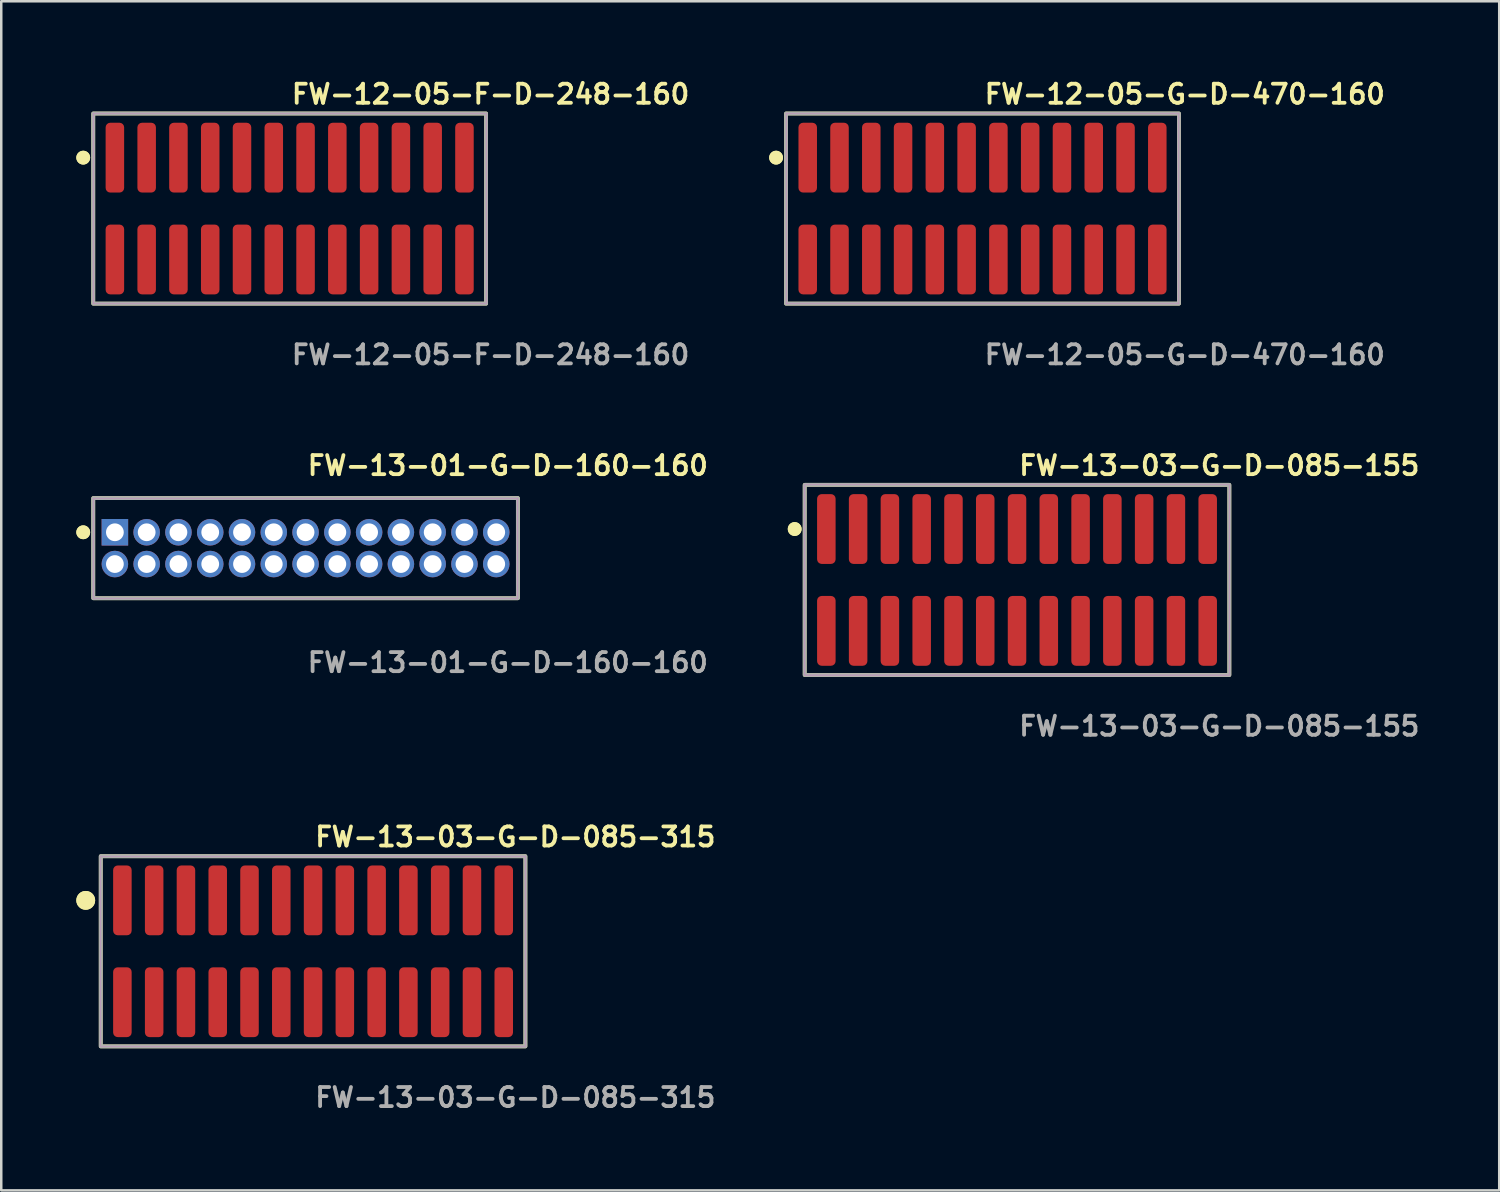
<source format=kicad_pcb>
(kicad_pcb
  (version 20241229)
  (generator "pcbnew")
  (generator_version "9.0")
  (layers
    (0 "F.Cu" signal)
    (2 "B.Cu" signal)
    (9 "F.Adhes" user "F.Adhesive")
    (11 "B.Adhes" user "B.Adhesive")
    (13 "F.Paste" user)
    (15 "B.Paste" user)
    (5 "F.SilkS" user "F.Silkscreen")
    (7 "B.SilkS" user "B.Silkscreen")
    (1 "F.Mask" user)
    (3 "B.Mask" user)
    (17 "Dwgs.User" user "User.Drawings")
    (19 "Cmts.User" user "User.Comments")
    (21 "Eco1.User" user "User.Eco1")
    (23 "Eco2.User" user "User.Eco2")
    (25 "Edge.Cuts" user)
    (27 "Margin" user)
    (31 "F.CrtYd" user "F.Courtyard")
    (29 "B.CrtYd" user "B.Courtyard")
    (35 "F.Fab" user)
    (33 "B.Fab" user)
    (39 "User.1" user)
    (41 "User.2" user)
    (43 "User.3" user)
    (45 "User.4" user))
  (footprint "FW-13-03-G-D-085-315"
    (layer "F.Cu")
    (at 9.461 34.966)
    (property "Reference" "FW-13-03-G-D-085-315" (at 0 -4.572 0) (unlocked yes) (layer "F.SilkS") (effects (font (size 0.762 0.762) (thickness 0.152)) (justify left)))
    (fp_rect (start -8.485 3.8) (end 8.485 -3.8) (stroke (width 0.152) (type solid)) (fill no) (layer "F.SilkS"))
    (fp_circle (center -9.085 -2.035) (end -9.385 -2.035) (stroke (width 0.152) (type solid)) (fill yes) (layer "F.SilkS"))
    (fp_circle (center -9.085 -2.035) (end -9.385 -2.035) (stroke (width 0.152) (type solid)) (fill yes) (layer "F.SilkS"))
    (fp_rect (start -8.485 3.8) (end 8.485 -3.8) (stroke (width 0.006) (type solid)) (fill no) (layer "F.CrtYd"))
    (fp_rect (start -8.485 3.8) (end 8.485 -3.8) (stroke (width 0.152) (type solid)) (fill no) (layer "F.Fab"))
    (fp_text user "${REFERENCE}" (at 0 5.842 0) (unlocked yes) (layer "F.Fab") (effects (font (size 0.762 0.762) (thickness 0.152)) (justify left)))
    (pad "1" smd roundrect (at -7.62 -2.035) (size 0.74 2.79) (layers "F.Cu" "F.Paste") (roundrect_rratio 0.25))
    (pad "2" smd roundrect (at -7.62 2.035) (size 0.74 2.79) (layers "F.Cu" "F.Paste") (roundrect_rratio 0.25))
    (pad "3" smd roundrect (at -6.35 -2.035) (size 0.74 2.79) (layers "F.Cu" "F.Paste") (roundrect_rratio 0.25))
    (pad "4" smd roundrect (at -6.35 2.035) (size 0.74 2.79) (layers "F.Cu" "F.Paste") (roundrect_rratio 0.25))
    (pad "5" smd roundrect (at -5.08 -2.035) (size 0.74 2.79) (layers "F.Cu" "F.Paste") (roundrect_rratio 0.25))
    (pad "6" smd roundrect (at -5.08 2.035) (size 0.74 2.79) (layers "F.Cu" "F.Paste") (roundrect_rratio 0.25))
    (pad "7" smd roundrect (at -3.81 -2.035) (size 0.74 2.79) (layers "F.Cu" "F.Paste") (roundrect_rratio 0.25))
    (pad "8" smd roundrect (at -3.81 2.035) (size 0.74 2.79) (layers "F.Cu" "F.Paste") (roundrect_rratio 0.25))
    (pad "9" smd roundrect (at -2.54 -2.035) (size 0.74 2.79) (layers "F.Cu" "F.Paste") (roundrect_rratio 0.25))
    (pad "10" smd roundrect (at -2.54 2.035) (size 0.74 2.79) (layers "F.Cu" "F.Paste") (roundrect_rratio 0.25))
    (pad "11" smd roundrect (at -1.27 -2.035) (size 0.74 2.79) (layers "F.Cu" "F.Paste") (roundrect_rratio 0.25))
    (pad "12" smd roundrect (at -1.27 2.035) (size 0.74 2.79) (layers "F.Cu" "F.Paste") (roundrect_rratio 0.25))
    (pad "13" smd roundrect (at 0 -2.035) (size 0.74 2.79) (layers "F.Cu" "F.Paste") (roundrect_rratio 0.25))
    (pad "14" smd roundrect (at 0 2.035) (size 0.74 2.79) (layers "F.Cu" "F.Paste") (roundrect_rratio 0.25))
    (pad "15" smd roundrect (at 1.27 -2.035) (size 0.74 2.79) (layers "F.Cu" "F.Paste") (roundrect_rratio 0.25))
    (pad "16" smd roundrect (at 1.27 2.035) (size 0.74 2.79) (layers "F.Cu" "F.Paste") (roundrect_rratio 0.25))
    (pad "17" smd roundrect (at 2.54 -2.035) (size 0.74 2.79) (layers "F.Cu" "F.Paste") (roundrect_rratio 0.25))
    (pad "18" smd roundrect (at 2.54 2.035) (size 0.74 2.79) (layers "F.Cu" "F.Paste") (roundrect_rratio 0.25))
    (pad "19" smd roundrect (at 3.81 -2.035) (size 0.74 2.79) (layers "F.Cu" "F.Paste") (roundrect_rratio 0.25))
    (pad "20" smd roundrect (at 3.81 2.035) (size 0.74 2.79) (layers "F.Cu" "F.Paste") (roundrect_rratio 0.25))
    (pad "21" smd roundrect (at 5.08 -2.035) (size 0.74 2.79) (layers "F.Cu" "F.Paste") (roundrect_rratio 0.25))
    (pad "22" smd roundrect (at 5.08 2.035) (size 0.74 2.79) (layers "F.Cu" "F.Paste") (roundrect_rratio 0.25))
    (pad "23" smd roundrect (at 6.35 -2.035) (size 0.74 2.79) (layers "F.Cu" "F.Paste") (roundrect_rratio 0.25))
    (pad "24" smd roundrect (at 6.35 2.035) (size 0.74 2.79) (layers "F.Cu" "F.Paste") (roundrect_rratio 0.25))
    (pad "25" smd roundrect (at 7.62 -2.035) (size 0.74 2.79) (layers "F.Cu" "F.Paste") (roundrect_rratio 0.25))
    (pad "26" smd roundrect (at 7.62 2.035) (size 0.74 2.79) (layers "F.Cu" "F.Paste") (roundrect_rratio 0.25)))
  (footprint "FW-13-03-G-D-085-155"
    (layer "F.Cu")
    (at 37.593 20.126)
    (property "Reference" "FW-13-03-G-D-085-155" (at 0 -4.572 0) (unlocked yes) (layer "F.SilkS") (effects (font (size 0.762 0.762) (thickness 0.152)) (justify left)))
    (fp_rect (start -8.485 3.8) (end 8.485 -3.8) (stroke (width 0.152) (type solid)) (fill no) (layer "F.SilkS"))
    (fp_circle (center -8.885 -2.035) (end -9.085 -2.035) (stroke (width 0.152) (type solid)) (fill yes) (layer "F.SilkS"))
    (fp_circle (center -8.885 -2.035) (end -9.085 -2.035) (stroke (width 0.152) (type solid)) (fill yes) (layer "F.SilkS"))
    (fp_rect (start -8.485 3.8) (end 8.485 -3.8) (stroke (width 0.006) (type solid)) (fill no) (layer "F.CrtYd"))
    (fp_rect (start -8.485 3.8) (end 8.485 -3.8) (stroke (width 0.152) (type solid)) (fill no) (layer "F.Fab"))
    (fp_text user "${REFERENCE}" (at 0 5.842 0) (unlocked yes) (layer "F.Fab") (effects (font (size 0.762 0.762) (thickness 0.152)) (justify left)))
    (pad "1" smd roundrect (at -7.62 -2.035) (size 0.74 2.79) (layers "F.Cu" "F.Paste") (roundrect_rratio 0.25))
    (pad "2" smd roundrect (at -7.62 2.035) (size 0.74 2.79) (layers "F.Cu" "F.Paste") (roundrect_rratio 0.25))
    (pad "3" smd roundrect (at -6.35 -2.035) (size 0.74 2.79) (layers "F.Cu" "F.Paste") (roundrect_rratio 0.25))
    (pad "4" smd roundrect (at -6.35 2.035) (size 0.74 2.79) (layers "F.Cu" "F.Paste") (roundrect_rratio 0.25))
    (pad "5" smd roundrect (at -5.08 -2.035) (size 0.74 2.79) (layers "F.Cu" "F.Paste") (roundrect_rratio 0.25))
    (pad "6" smd roundrect (at -5.08 2.035) (size 0.74 2.79) (layers "F.Cu" "F.Paste") (roundrect_rratio 0.25))
    (pad "7" smd roundrect (at -3.81 -2.035) (size 0.74 2.79) (layers "F.Cu" "F.Paste") (roundrect_rratio 0.25))
    (pad "8" smd roundrect (at -3.81 2.035) (size 0.74 2.79) (layers "F.Cu" "F.Paste") (roundrect_rratio 0.25))
    (pad "9" smd roundrect (at -2.54 -2.035) (size 0.74 2.79) (layers "F.Cu" "F.Paste") (roundrect_rratio 0.25))
    (pad "10" smd roundrect (at -2.54 2.035) (size 0.74 2.79) (layers "F.Cu" "F.Paste") (roundrect_rratio 0.25))
    (pad "11" smd roundrect (at -1.27 -2.035) (size 0.74 2.79) (layers "F.Cu" "F.Paste") (roundrect_rratio 0.25))
    (pad "12" smd roundrect (at -1.27 2.035) (size 0.74 2.79) (layers "F.Cu" "F.Paste") (roundrect_rratio 0.25))
    (pad "13" smd roundrect (at 0 -2.035) (size 0.74 2.79) (layers "F.Cu" "F.Paste") (roundrect_rratio 0.25))
    (pad "14" smd roundrect (at 0 2.035) (size 0.74 2.79) (layers "F.Cu" "F.Paste") (roundrect_rratio 0.25))
    (pad "15" smd roundrect (at 1.27 -2.035) (size 0.74 2.79) (layers "F.Cu" "F.Paste") (roundrect_rratio 0.25))
    (pad "16" smd roundrect (at 1.27 2.035) (size 0.74 2.79) (layers "F.Cu" "F.Paste") (roundrect_rratio 0.25))
    (pad "17" smd roundrect (at 2.54 -2.035) (size 0.74 2.79) (layers "F.Cu" "F.Paste") (roundrect_rratio 0.25))
    (pad "18" smd roundrect (at 2.54 2.035) (size 0.74 2.79) (layers "F.Cu" "F.Paste") (roundrect_rratio 0.25))
    (pad "19" smd roundrect (at 3.81 -2.035) (size 0.74 2.79) (layers "F.Cu" "F.Paste") (roundrect_rratio 0.25))
    (pad "20" smd roundrect (at 3.81 2.035) (size 0.74 2.79) (layers "F.Cu" "F.Paste") (roundrect_rratio 0.25))
    (pad "21" smd roundrect (at 5.08 -2.035) (size 0.74 2.79) (layers "F.Cu" "F.Paste") (roundrect_rratio 0.25))
    (pad "22" smd roundrect (at 5.08 2.035) (size 0.74 2.79) (layers "F.Cu" "F.Paste") (roundrect_rratio 0.25))
    (pad "23" smd roundrect (at 6.35 -2.035) (size 0.74 2.79) (layers "F.Cu" "F.Paste") (roundrect_rratio 0.25))
    (pad "24" smd roundrect (at 6.35 2.035) (size 0.74 2.79) (layers "F.Cu" "F.Paste") (roundrect_rratio 0.25))
    (pad "25" smd roundrect (at 7.62 -2.035) (size 0.74 2.79) (layers "F.Cu" "F.Paste") (roundrect_rratio 0.25))
    (pad "26" smd roundrect (at 7.62 2.035) (size 0.74 2.79) (layers "F.Cu" "F.Paste") (roundrect_rratio 0.25)))
  (footprint "FW-13-01-G-D-160-160"
    (layer "F.Cu")
    (at 9.161 18.856)
    (property "Reference" "FW-13-01-G-D-160-160" (at 0 -3.302 0) (unlocked yes) (layer "F.SilkS") (effects (font (size 0.762 0.762) (thickness 0.152)) (justify left)))
    (fp_rect (start -8.485 2) (end 8.485 -2) (stroke (width 0.152) (type solid)) (fill no) (layer "F.SilkS"))
    (fp_circle (center -8.885 -0.635) (end -9.085 -0.635) (stroke (width 0.152) (type solid)) (fill yes) (layer "F.SilkS"))
    (fp_circle (center -8.885 -0.635) (end -9.085 -0.635) (stroke (width 0.152) (type solid)) (fill yes) (layer "F.SilkS"))
    (fp_rect (start -8.485 2) (end 8.485 -2) (stroke (width 0.006) (type solid)) (fill no) (layer "F.CrtYd"))
    (fp_rect (start -8.485 2) (end 8.485 -2) (stroke (width 0.152) (type solid)) (fill no) (layer "F.Fab"))
    (fp_text user "${REFERENCE}" (at 0 4.572 0) (unlocked yes) (layer "F.Fab") (effects (font (size 0.762 0.762) (thickness 0.152)) (justify left)))
    (pad "1" thru_hole rect (at -7.62 -0.635) (size 1.06 1.06) (drill 0.71) (layers "*.Cu" "*.Mask"))
    (pad "2" thru_hole circle (at -7.62 0.635) (size 1.06 1.06) (drill 0.71) (layers "*.Cu" "*.Mask"))
    (pad "3" thru_hole circle (at -6.35 -0.635) (size 1.06 1.06) (drill 0.71) (layers "*.Cu" "*.Mask"))
    (pad "4" thru_hole circle (at -6.35 0.635) (size 1.06 1.06) (drill 0.71) (layers "*.Cu" "*.Mask"))
    (pad "5" thru_hole circle (at -5.08 -0.635) (size 1.06 1.06) (drill 0.71) (layers "*.Cu" "*.Mask"))
    (pad "6" thru_hole circle (at -5.08 0.635) (size 1.06 1.06) (drill 0.71) (layers "*.Cu" "*.Mask"))
    (pad "7" thru_hole circle (at -3.81 -0.635) (size 1.06 1.06) (drill 0.71) (layers "*.Cu" "*.Mask"))
    (pad "8" thru_hole circle (at -3.81 0.635) (size 1.06 1.06) (drill 0.71) (layers "*.Cu" "*.Mask"))
    (pad "9" thru_hole circle (at -2.54 -0.635) (size 1.06 1.06) (drill 0.71) (layers "*.Cu" "*.Mask"))
    (pad "10" thru_hole circle (at -2.54 0.635) (size 1.06 1.06) (drill 0.71) (layers "*.Cu" "*.Mask"))
    (pad "11" thru_hole circle (at -1.27 -0.635) (size 1.06 1.06) (drill 0.71) (layers "*.Cu" "*.Mask"))
    (pad "12" thru_hole circle (at -1.27 0.635) (size 1.06 1.06) (drill 0.71) (layers "*.Cu" "*.Mask"))
    (pad "13" thru_hole circle (at 0 -0.635) (size 1.06 1.06) (drill 0.71) (layers "*.Cu" "*.Mask"))
    (pad "14" thru_hole circle (at 0 0.635) (size 1.06 1.06) (drill 0.71) (layers "*.Cu" "*.Mask"))
    (pad "15" thru_hole circle (at 1.27 -0.635) (size 1.06 1.06) (drill 0.71) (layers "*.Cu" "*.Mask"))
    (pad "16" thru_hole circle (at 1.27 0.635) (size 1.06 1.06) (drill 0.71) (layers "*.Cu" "*.Mask"))
    (pad "17" thru_hole circle (at 2.54 -0.635) (size 1.06 1.06) (drill 0.71) (layers "*.Cu" "*.Mask"))
    (pad "18" thru_hole circle (at 2.54 0.635) (size 1.06 1.06) (drill 0.71) (layers "*.Cu" "*.Mask"))
    (pad "19" thru_hole circle (at 3.81 -0.635) (size 1.06 1.06) (drill 0.71) (layers "*.Cu" "*.Mask"))
    (pad "20" thru_hole circle (at 3.81 0.635) (size 1.06 1.06) (drill 0.71) (layers "*.Cu" "*.Mask"))
    (pad "21" thru_hole circle (at 5.08 -0.635) (size 1.06 1.06) (drill 0.71) (layers "*.Cu" "*.Mask"))
    (pad "22" thru_hole circle (at 5.08 0.635) (size 1.06 1.06) (drill 0.71) (layers "*.Cu" "*.Mask"))
    (pad "23" thru_hole circle (at 6.35 -0.635) (size 1.06 1.06) (drill 0.71) (layers "*.Cu" "*.Mask"))
    (pad "24" thru_hole circle (at 6.35 0.635) (size 1.06 1.06) (drill 0.71) (layers "*.Cu" "*.Mask"))
    (pad "25" thru_hole circle (at 7.62 -0.635) (size 1.06 1.06) (drill 0.71) (layers "*.Cu" "*.Mask"))
    (pad "26" thru_hole circle (at 7.62 0.635) (size 1.06 1.06) (drill 0.71) (layers "*.Cu" "*.Mask")))
  (footprint "FW-12-05-F-D-248-160"
    (layer "F.Cu")
    (at 8.526 5.285)
    (property "Reference" "FW-12-05-F-D-248-160" (at 0 -4.572 0) (unlocked yes) (layer "F.SilkS") (effects (font (size 0.762 0.762) (thickness 0.152)) (justify left)))
    (fp_rect (start -7.85 3.8) (end 7.85 -3.8) (stroke (width 0.152) (type solid)) (fill no) (layer "F.SilkS"))
    (fp_circle (center -8.25 -2.035) (end -8.45 -2.035) (stroke (width 0.152) (type solid)) (fill yes) (layer "F.SilkS"))
    (fp_circle (center -8.25 -2.035) (end -8.45 -2.035) (stroke (width 0.152) (type solid)) (fill yes) (layer "F.SilkS"))
    (fp_rect (start -7.85 3.8) (end 7.85 -3.8) (stroke (width 0.006) (type solid)) (fill no) (layer "F.CrtYd"))
    (fp_rect (start -7.85 3.8) (end 7.85 -3.8) (stroke (width 0.152) (type solid)) (fill no) (layer "F.Fab"))
    (fp_text user "${REFERENCE}" (at 0 5.842 0) (unlocked yes) (layer "F.Fab") (effects (font (size 0.762 0.762) (thickness 0.152)) (justify left)))
    (pad "1" smd roundrect (at -6.985 -2.035) (size 0.74 2.79) (layers "F.Cu" "F.Paste") (roundrect_rratio 0.25))
    (pad "2" smd roundrect (at -6.985 2.035) (size 0.74 2.79) (layers "F.Cu" "F.Paste") (roundrect_rratio 0.25))
    (pad "3" smd roundrect (at -5.715 -2.035) (size 0.74 2.79) (layers "F.Cu" "F.Paste") (roundrect_rratio 0.25))
    (pad "4" smd roundrect (at -5.715 2.035) (size 0.74 2.79) (layers "F.Cu" "F.Paste") (roundrect_rratio 0.25))
    (pad "5" smd roundrect (at -4.445 -2.035) (size 0.74 2.79) (layers "F.Cu" "F.Paste") (roundrect_rratio 0.25))
    (pad "6" smd roundrect (at -4.445 2.035) (size 0.74 2.79) (layers "F.Cu" "F.Paste") (roundrect_rratio 0.25))
    (pad "7" smd roundrect (at -3.175 -2.035) (size 0.74 2.79) (layers "F.Cu" "F.Paste") (roundrect_rratio 0.25))
    (pad "8" smd roundrect (at -3.175 2.035) (size 0.74 2.79) (layers "F.Cu" "F.Paste") (roundrect_rratio 0.25))
    (pad "9" smd roundrect (at -1.905 -2.035) (size 0.74 2.79) (layers "F.Cu" "F.Paste") (roundrect_rratio 0.25))
    (pad "10" smd roundrect (at -1.905 2.035) (size 0.74 2.79) (layers "F.Cu" "F.Paste") (roundrect_rratio 0.25))
    (pad "11" smd roundrect (at -0.635 -2.035) (size 0.74 2.79) (layers "F.Cu" "F.Paste") (roundrect_rratio 0.25))
    (pad "12" smd roundrect (at -0.635 2.035) (size 0.74 2.79) (layers "F.Cu" "F.Paste") (roundrect_rratio 0.25))
    (pad "13" smd roundrect (at 0.635 -2.035) (size 0.74 2.79) (layers "F.Cu" "F.Paste") (roundrect_rratio 0.25))
    (pad "14" smd roundrect (at 0.635 2.035) (size 0.74 2.79) (layers "F.Cu" "F.Paste") (roundrect_rratio 0.25))
    (pad "15" smd roundrect (at 1.905 -2.035) (size 0.74 2.79) (layers "F.Cu" "F.Paste") (roundrect_rratio 0.25))
    (pad "16" smd roundrect (at 1.905 2.035) (size 0.74 2.79) (layers "F.Cu" "F.Paste") (roundrect_rratio 0.25))
    (pad "17" smd roundrect (at 3.175 -2.035) (size 0.74 2.79) (layers "F.Cu" "F.Paste") (roundrect_rratio 0.25))
    (pad "18" smd roundrect (at 3.175 2.035) (size 0.74 2.79) (layers "F.Cu" "F.Paste") (roundrect_rratio 0.25))
    (pad "19" smd roundrect (at 4.445 -2.035) (size 0.74 2.79) (layers "F.Cu" "F.Paste") (roundrect_rratio 0.25))
    (pad "20" smd roundrect (at 4.445 2.035) (size 0.74 2.79) (layers "F.Cu" "F.Paste") (roundrect_rratio 0.25))
    (pad "21" smd roundrect (at 5.715 -2.035) (size 0.74 2.79) (layers "F.Cu" "F.Paste") (roundrect_rratio 0.25))
    (pad "22" smd roundrect (at 5.715 2.035) (size 0.74 2.79) (layers "F.Cu" "F.Paste") (roundrect_rratio 0.25))
    (pad "23" smd roundrect (at 6.985 -2.035) (size 0.74 2.79) (layers "F.Cu" "F.Paste") (roundrect_rratio 0.25))
    (pad "24" smd roundrect (at 6.985 2.035) (size 0.74 2.79) (layers "F.Cu" "F.Paste") (roundrect_rratio 0.25)))
  (footprint "FW-12-05-G-D-470-160"
    (layer "F.Cu")
    (at 36.214 5.285)
    (property "Reference" "FW-12-05-G-D-470-160" (at 0 -4.572 0) (unlocked yes) (layer "F.SilkS") (effects (font (size 0.762 0.762) (thickness 0.152)) (justify left)))
    (fp_rect (start -7.85 3.8) (end 7.85 -3.8) (stroke (width 0.152) (type solid)) (fill no) (layer "F.SilkS"))
    (fp_circle (center -8.25 -2.035) (end -8.45 -2.035) (stroke (width 0.152) (type solid)) (fill yes) (layer "F.SilkS"))
    (fp_circle (center -8.25 -2.035) (end -8.45 -2.035) (stroke (width 0.152) (type solid)) (fill yes) (layer "F.SilkS"))
    (fp_rect (start -7.85 3.8) (end 7.85 -3.8) (stroke (width 0.006) (type solid)) (fill no) (layer "F.CrtYd"))
    (fp_rect (start -7.85 3.8) (end 7.85 -3.8) (stroke (width 0.152) (type solid)) (fill no) (layer "F.Fab"))
    (fp_text user "${REFERENCE}" (at 0 5.842 0) (unlocked yes) (layer "F.Fab") (effects (font (size 0.762 0.762) (thickness 0.152)) (justify left)))
    (pad "1" smd roundrect (at -6.985 -2.035) (size 0.74 2.79) (layers "F.Cu" "F.Paste") (roundrect_rratio 0.25))
    (pad "2" smd roundrect (at -6.985 2.035) (size 0.74 2.79) (layers "F.Cu" "F.Paste") (roundrect_rratio 0.25))
    (pad "3" smd roundrect (at -5.715 -2.035) (size 0.74 2.79) (layers "F.Cu" "F.Paste") (roundrect_rratio 0.25))
    (pad "4" smd roundrect (at -5.715 2.035) (size 0.74 2.79) (layers "F.Cu" "F.Paste") (roundrect_rratio 0.25))
    (pad "5" smd roundrect (at -4.445 -2.035) (size 0.74 2.79) (layers "F.Cu" "F.Paste") (roundrect_rratio 0.25))
    (pad "6" smd roundrect (at -4.445 2.035) (size 0.74 2.79) (layers "F.Cu" "F.Paste") (roundrect_rratio 0.25))
    (pad "7" smd roundrect (at -3.175 -2.035) (size 0.74 2.79) (layers "F.Cu" "F.Paste") (roundrect_rratio 0.25))
    (pad "8" smd roundrect (at -3.175 2.035) (size 0.74 2.79) (layers "F.Cu" "F.Paste") (roundrect_rratio 0.25))
    (pad "9" smd roundrect (at -1.905 -2.035) (size 0.74 2.79) (layers "F.Cu" "F.Paste") (roundrect_rratio 0.25))
    (pad "10" smd roundrect (at -1.905 2.035) (size 0.74 2.79) (layers "F.Cu" "F.Paste") (roundrect_rratio 0.25))
    (pad "11" smd roundrect (at -0.635 -2.035) (size 0.74 2.79) (layers "F.Cu" "F.Paste") (roundrect_rratio 0.25))
    (pad "12" smd roundrect (at -0.635 2.035) (size 0.74 2.79) (layers "F.Cu" "F.Paste") (roundrect_rratio 0.25))
    (pad "13" smd roundrect (at 0.635 -2.035) (size 0.74 2.79) (layers "F.Cu" "F.Paste") (roundrect_rratio 0.25))
    (pad "14" smd roundrect (at 0.635 2.035) (size 0.74 2.79) (layers "F.Cu" "F.Paste") (roundrect_rratio 0.25))
    (pad "15" smd roundrect (at 1.905 -2.035) (size 0.74 2.79) (layers "F.Cu" "F.Paste") (roundrect_rratio 0.25))
    (pad "16" smd roundrect (at 1.905 2.035) (size 0.74 2.79) (layers "F.Cu" "F.Paste") (roundrect_rratio 0.25))
    (pad "17" smd roundrect (at 3.175 -2.035) (size 0.74 2.79) (layers "F.Cu" "F.Paste") (roundrect_rratio 0.25))
    (pad "18" smd roundrect (at 3.175 2.035) (size 0.74 2.79) (layers "F.Cu" "F.Paste") (roundrect_rratio 0.25))
    (pad "19" smd roundrect (at 4.445 -2.035) (size 0.74 2.79) (layers "F.Cu" "F.Paste") (roundrect_rratio 0.25))
    (pad "20" smd roundrect (at 4.445 2.035) (size 0.74 2.79) (layers "F.Cu" "F.Paste") (roundrect_rratio 0.25))
    (pad "21" smd roundrect (at 5.715 -2.035) (size 0.74 2.79) (layers "F.Cu" "F.Paste") (roundrect_rratio 0.25))
    (pad "22" smd roundrect (at 5.715 2.035) (size 0.74 2.79) (layers "F.Cu" "F.Paste") (roundrect_rratio 0.25))
    (pad "23" smd roundrect (at 6.985 -2.035) (size 0.74 2.79) (layers "F.Cu" "F.Paste") (roundrect_rratio 0.25))
    (pad "24" smd roundrect (at 6.985 2.035) (size 0.74 2.79) (layers "F.Cu" "F.Paste") (roundrect_rratio 0.25)))
  (gr_rect
    (start -3 -3)
    (end 56.863 44.521)
    (stroke (width 0.1) (type default))
    (fill no)
    (layer "Edge.Cuts")))
</source>
